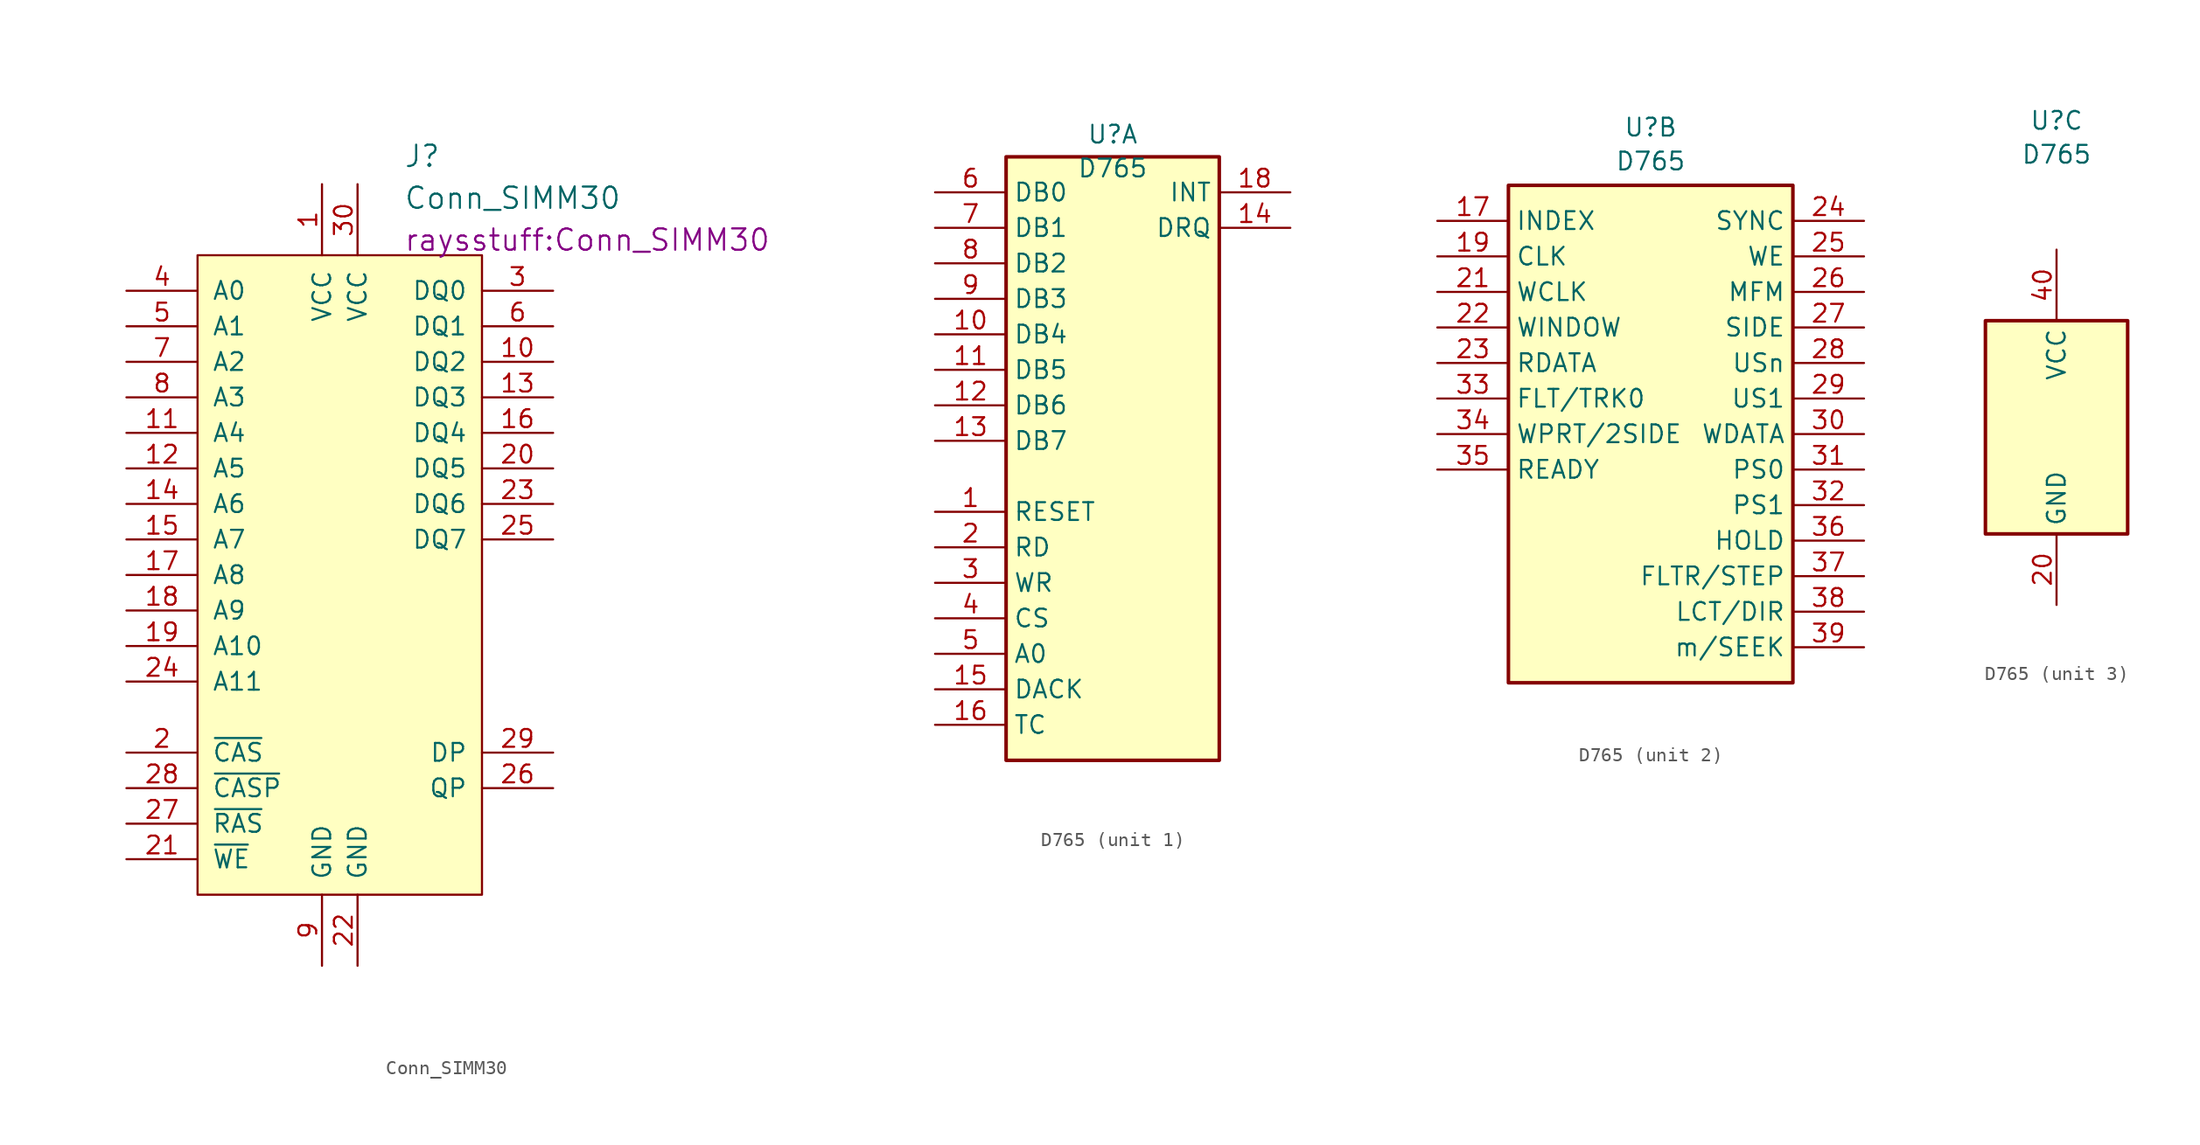
<source format=kicad_sym>
(kicad_symbol_lib
  (version 20231120)
  (generator "kicad_symbol_editor")
  (generator_version "8.0")
  (symbol "Conn_SIMM30"
    (pin_names
      (offset 1.016))
    (property "Reference" "J"
      (at 4.559 29.938 0)
      (effects (font (size 1.524 1.524)) (justify left)))
    (property "Value" "Conn_SIMM30"
      (at 4.559 26.944 0)
      (effects (font (size 1.524 1.524)) (justify left)))
    (property "Footprint" "raysstuff:Conn_SIMM30"
      (at 4.559 23.951 0)
      (effects (font (size 1.524 1.524)) (justify left)))
    (property "Datasheet" ""
      (at 0 5.08 0)
      (effects (font (size 1.524 1.524))))
    (symbol "Conn_SIMM30_0_1"
      (rectangle (start -10.16 22.86) (end 10.16 -22.86) (stroke (width 0) (type default)) (fill (type background))))
    (symbol "Conn_SIMM30_1_1"
      (pin power_in line (at -1.27 27.94 270) (length 5.08) (name "VCC" (effects (font (size 1.27 1.27)))) (number "1" (effects (font (size 1.27 1.27)))))
      (pin tri_state line (at 15.24 15.24 180) (length 5.08) (name "DQ2" (effects (font (size 1.27 1.27)))) (number "10" (effects (font (size 1.27 1.27)))))
      (pin input line (at -15.24 10.16 0) (length 5.08) (name "A4" (effects (font (size 1.27 1.27)))) (number "11" (effects (font (size 1.27 1.27)))))
      (pin input line (at -15.24 7.62 0) (length 5.08) (name "A5" (effects (font (size 1.27 1.27)))) (number "12" (effects (font (size 1.27 1.27)))))
      (pin tri_state line (at 15.24 12.7 180) (length 5.08) (name "DQ3" (effects (font (size 1.27 1.27)))) (number "13" (effects (font (size 1.27 1.27)))))
      (pin input line (at -15.24 5.08 0) (length 5.08) (name "A6" (effects (font (size 1.27 1.27)))) (number "14" (effects (font (size 1.27 1.27)))))
      (pin input line (at -15.24 2.54 0) (length 5.08) (name "A7" (effects (font (size 1.27 1.27)))) (number "15" (effects (font (size 1.27 1.27)))))
      (pin tri_state line (at 15.24 10.16 180) (length 5.08) (name "DQ4" (effects (font (size 1.27 1.27)))) (number "16" (effects (font (size 1.27 1.27)))))
      (pin input line (at -15.24 0 0) (length 5.08) (name "A8" (effects (font (size 1.27 1.27)))) (number "17" (effects (font (size 1.27 1.27)))))
      (pin input line (at -15.24 -2.54 0) (length 5.08) (name "A9" (effects (font (size 1.27 1.27)))) (number "18" (effects (font (size 1.27 1.27)))))
      (pin input line (at -15.24 -5.08 0) (length 5.08) (name "A10" (effects (font (size 1.27 1.27)))) (number "19" (effects (font (size 1.27 1.27)))))
      (pin input line (at -15.24 -12.7 0) (length 5.08) (name "~{CAS}" (effects (font (size 1.27 1.27)))) (number "2" (effects (font (size 1.27 1.27)))))
      (pin tri_state line (at 15.24 7.62 180) (length 5.08) (name "DQ5" (effects (font (size 1.27 1.27)))) (number "20" (effects (font (size 1.27 1.27)))))
      (pin input line (at -15.24 -20.32 0) (length 5.08) (name "~{WE}" (effects (font (size 1.27 1.27)))) (number "21" (effects (font (size 1.27 1.27)))))
      (pin power_in line (at 1.27 -27.94 90) (length 5.08) (name "GND" (effects (font (size 1.27 1.27)))) (number "22" (effects (font (size 1.27 1.27)))))
      (pin tri_state line (at 15.24 5.08 180) (length 5.08) (name "DQ6" (effects (font (size 1.27 1.27)))) (number "23" (effects (font (size 1.27 1.27)))))
      (pin input line (at -15.24 -7.62 0) (length 5.08) (name "A11" (effects (font (size 1.27 1.27)))) (number "24" (effects (font (size 1.27 1.27)))))
      (pin tri_state line (at 15.24 2.54 180) (length 5.08) (name "DQ7" (effects (font (size 1.27 1.27)))) (number "25" (effects (font (size 1.27 1.27)))))
      (pin tri_state line (at 15.24 -15.24 180) (length 5.08) (name "QP" (effects (font (size 1.27 1.27)))) (number "26" (effects (font (size 1.27 1.27)))))
      (pin input line (at -15.24 -17.78 0) (length 5.08) (name "~{RAS}" (effects (font (size 1.27 1.27)))) (number "27" (effects (font (size 1.27 1.27)))))
      (pin input line (at -15.24 -15.24 0) (length 5.08) (name "~{CASP}" (effects (font (size 1.27 1.27)))) (number "28" (effects (font (size 1.27 1.27)))))
      (pin input line (at 15.24 -12.7 180) (length 5.08) (name "DP" (effects (font (size 1.27 1.27)))) (number "29" (effects (font (size 1.27 1.27)))))
      (pin tri_state line (at 15.24 20.32 180) (length 5.08) (name "DQ0" (effects (font (size 1.27 1.27)))) (number "3" (effects (font (size 1.27 1.27)))))
      (pin power_in line (at 1.27 27.94 270) (length 5.08) (name "VCC" (effects (font (size 1.27 1.27)))) (number "30" (effects (font (size 1.27 1.27)))))
      (pin input line (at -15.24 20.32 0) (length 5.08) (name "A0" (effects (font (size 1.27 1.27)))) (number "4" (effects (font (size 1.27 1.27)))))
      (pin input line (at -15.24 17.78 0) (length 5.08) (name "A1" (effects (font (size 1.27 1.27)))) (number "5" (effects (font (size 1.27 1.27)))))
      (pin tri_state line (at 15.24 17.78 180) (length 5.08) (name "DQ1" (effects (font (size 1.27 1.27)))) (number "6" (effects (font (size 1.27 1.27)))))
      (pin input line (at -15.24 15.24 0) (length 5.08) (name "A2" (effects (font (size 1.27 1.27)))) (number "7" (effects (font (size 1.27 1.27)))))
      (pin input line (at -15.24 12.7 0) (length 5.08) (name "A3" (effects (font (size 1.27 1.27)))) (number "8" (effects (font (size 1.27 1.27)))))
      (pin power_in line (at -1.27 -27.94 90) (length 5.08) (name "GND" (effects (font (size 1.27 1.27)))) (number "9" (effects (font (size 1.27 1.27)))))))
  (symbol "D765"
    (property "Reference" "U"
      (at 0 21.924 0)
      (effects (font (size 1.27 1.27))))
    (property "Value" "D765"
      (at 0 19.5 0)
      (effects (font (size 1.27 1.27))))
    (property "ki_locked" ""
      (at 0 0 0)
      (effects (font (size 1.27 1.27))))
    (symbol "D765_1_0"
      (unit_name "Unit A")
      (pin input line (at -12.7 -5.08 0) (length 5.08) (name "RESET" (effects (font (size 1.27 1.27)))) (number "1" (effects (font (size 1.27 1.27)))))
      (pin bidirectional line (at -12.7 7.62 0) (length 5.08) (name "DB4" (effects (font (size 1.27 1.27)))) (number "10" (effects (font (size 1.27 1.27)))))
      (pin bidirectional line (at -12.7 5.08 0) (length 5.08) (name "DB5" (effects (font (size 1.27 1.27)))) (number "11" (effects (font (size 1.27 1.27)))))
      (pin bidirectional line (at -12.7 2.54 0) (length 5.08) (name "DB6" (effects (font (size 1.27 1.27)))) (number "12" (effects (font (size 1.27 1.27)))))
      (pin bidirectional line (at -12.7 0 0) (length 5.08) (name "DB7" (effects (font (size 1.27 1.27)))) (number "13" (effects (font (size 1.27 1.27)))))
      (pin output line (at 12.7 15.24 180) (length 5.08) (name "DRQ" (effects (font (size 1.27 1.27)))) (number "14" (effects (font (size 1.27 1.27)))))
      (pin input line (at -12.7 -17.78 0) (length 5.08) (name "DACK" (effects (font (size 1.27 1.27)))) (number "15" (effects (font (size 1.27 1.27)))))
      (pin input line (at -12.7 -20.32 0) (length 5.08) (name "TC" (effects (font (size 1.27 1.27)))) (number "16" (effects (font (size 1.27 1.27)))))
      (pin output line (at 12.7 17.78 180) (length 5.08) (name "INT" (effects (font (size 1.27 1.27)))) (number "18" (effects (font (size 1.27 1.27)))))
      (pin input line (at -12.7 -7.62 0) (length 5.08) (name "RD" (effects (font (size 1.27 1.27)))) (number "2" (effects (font (size 1.27 1.27)))))
      (pin input line (at -12.7 -10.16 0) (length 5.08) (name "WR" (effects (font (size 1.27 1.27)))) (number "3" (effects (font (size 1.27 1.27)))))
      (pin input line (at -12.7 -12.7 0) (length 5.08) (name "CS" (effects (font (size 1.27 1.27)))) (number "4" (effects (font (size 1.27 1.27)))))
      (pin input line (at -12.7 -15.24 0) (length 5.08) (name "A0" (effects (font (size 1.27 1.27)))) (number "5" (effects (font (size 1.27 1.27)))))
      (pin bidirectional line (at -12.7 17.78 0) (length 5.08) (name "DB0" (effects (font (size 1.27 1.27)))) (number "6" (effects (font (size 1.27 1.27)))))
      (pin bidirectional line (at -12.7 15.24 0) (length 5.08) (name "DB1" (effects (font (size 1.27 1.27)))) (number "7" (effects (font (size 1.27 1.27)))))
      (pin bidirectional line (at -12.7 12.7 0) (length 5.08) (name "DB2" (effects (font (size 1.27 1.27)))) (number "8" (effects (font (size 1.27 1.27)))))
      (pin bidirectional line (at -12.7 10.16 0) (length 5.08) (name "DB3" (effects (font (size 1.27 1.27)))) (number "9" (effects (font (size 1.27 1.27))))))
    (symbol "D765_1_1"
      (unit_name "Unit A")
      (rectangle (start -7.62 20.32) (end 7.62 -22.86) (stroke (width 0.254) (type default)) (fill (type background))))
    (symbol "D765_2_0"
      (pin input line (at -15.24 15.24 0) (length 5.08) (name "INDEX" (effects (font (size 1.27 1.27)))) (number "17" (effects (font (size 1.27 1.27)))))
      (pin input line (at -15.24 12.7 0) (length 5.08) (name "CLK" (effects (font (size 1.27 1.27)))) (number "19" (effects (font (size 1.27 1.27)))))
      (pin input line (at -15.24 10.16 0) (length 5.08) (name "WCLK" (effects (font (size 1.27 1.27)))) (number "21" (effects (font (size 1.27 1.27)))))
      (pin input line (at -15.24 7.62 0) (length 5.08) (name "WINDOW" (effects (font (size 1.27 1.27)))) (number "22" (effects (font (size 1.27 1.27)))))
      (pin input line (at -15.24 5.08 0) (length 5.08) (name "RDATA" (effects (font (size 1.27 1.27)))) (number "23" (effects (font (size 1.27 1.27)))))
      (pin output line (at 15.24 15.24 180) (length 5.08) (name "SYNC" (effects (font (size 1.27 1.27)))) (number "24" (effects (font (size 1.27 1.27)))))
      (pin output line (at 15.24 12.7 180) (length 5.08) (name "WE" (effects (font (size 1.27 1.27)))) (number "25" (effects (font (size 1.27 1.27)))))
      (pin output line (at 15.24 10.16 180) (length 5.08) (name "MFM" (effects (font (size 1.27 1.27)))) (number "26" (effects (font (size 1.27 1.27)))))
      (pin output line (at 15.24 7.62 180) (length 5.08) (name "SIDE" (effects (font (size 1.27 1.27)))) (number "27" (effects (font (size 1.27 1.27)))))
      (pin output line (at 15.24 5.08 180) (length 5.08) (name "USn" (effects (font (size 1.27 1.27)))) (number "28" (effects (font (size 1.27 1.27)))))
      (pin output line (at 15.24 2.54 180) (length 5.08) (name "US1" (effects (font (size 1.27 1.27)))) (number "29" (effects (font (size 1.27 1.27)))))
      (pin output line (at 15.24 0 180) (length 5.08) (name "WDATA" (effects (font (size 1.27 1.27)))) (number "30" (effects (font (size 1.27 1.27)))))
      (pin output line (at 15.24 -2.54 180) (length 5.08) (name "PS0" (effects (font (size 1.27 1.27)))) (number "31" (effects (font (size 1.27 1.27)))))
      (pin output line (at 15.24 -5.08 180) (length 5.08) (name "PS1" (effects (font (size 1.27 1.27)))) (number "32" (effects (font (size 1.27 1.27)))))
      (pin input line (at -15.24 2.54 0) (length 5.08) (name "FLT/TRK0" (effects (font (size 1.27 1.27)))) (number "33" (effects (font (size 1.27 1.27)))))
      (pin input line (at -15.24 0 0) (length 5.08) (name "WPRT/2SIDE" (effects (font (size 1.27 1.27)))) (number "34" (effects (font (size 1.27 1.27)))))
      (pin input line (at -15.24 -2.54 0) (length 5.08) (name "READY" (effects (font (size 1.27 1.27)))) (number "35" (effects (font (size 1.27 1.27)))))
      (pin output line (at 15.24 -7.62 180) (length 5.08) (name "HOLD" (effects (font (size 1.27 1.27)))) (number "36" (effects (font (size 1.27 1.27)))))
      (pin output line (at 15.24 -10.16 180) (length 5.08) (name "FLTR/STEP" (effects (font (size 1.27 1.27)))) (number "37" (effects (font (size 1.27 1.27)))))
      (pin output line (at 15.24 -12.7 180) (length 5.08) (name "LCT/DIR" (effects (font (size 1.27 1.27)))) (number "38" (effects (font (size 1.27 1.27)))))
      (pin output line (at 15.24 -15.24 180) (length 5.08) (name "m/SEEK" (effects (font (size 1.27 1.27)))) (number "39" (effects (font (size 1.27 1.27))))))
    (symbol "D765_2_1"
      (rectangle (start -10.16 17.78) (end 10.16 -17.78) (stroke (width 0.254) (type default)) (fill (type background))))
    (symbol "D765_3_0"
      (pin power_in line (at 0 -12.7 90) (length 5.08) (name "GND" (effects (font (size 1.27 1.27)))) (number "20" (effects (font (size 1.27 1.27)))))
      (pin power_in line (at 0 12.7 270) (length 5.08) (name "VCC" (effects (font (size 1.27 1.27)))) (number "40" (effects (font (size 1.27 1.27))))))
    (symbol "D765_3_1"
      (rectangle (start -5.08 7.62) (end 5.08 -7.62) (stroke (width 0.254) (type default)) (fill (type background))))))
</source>
